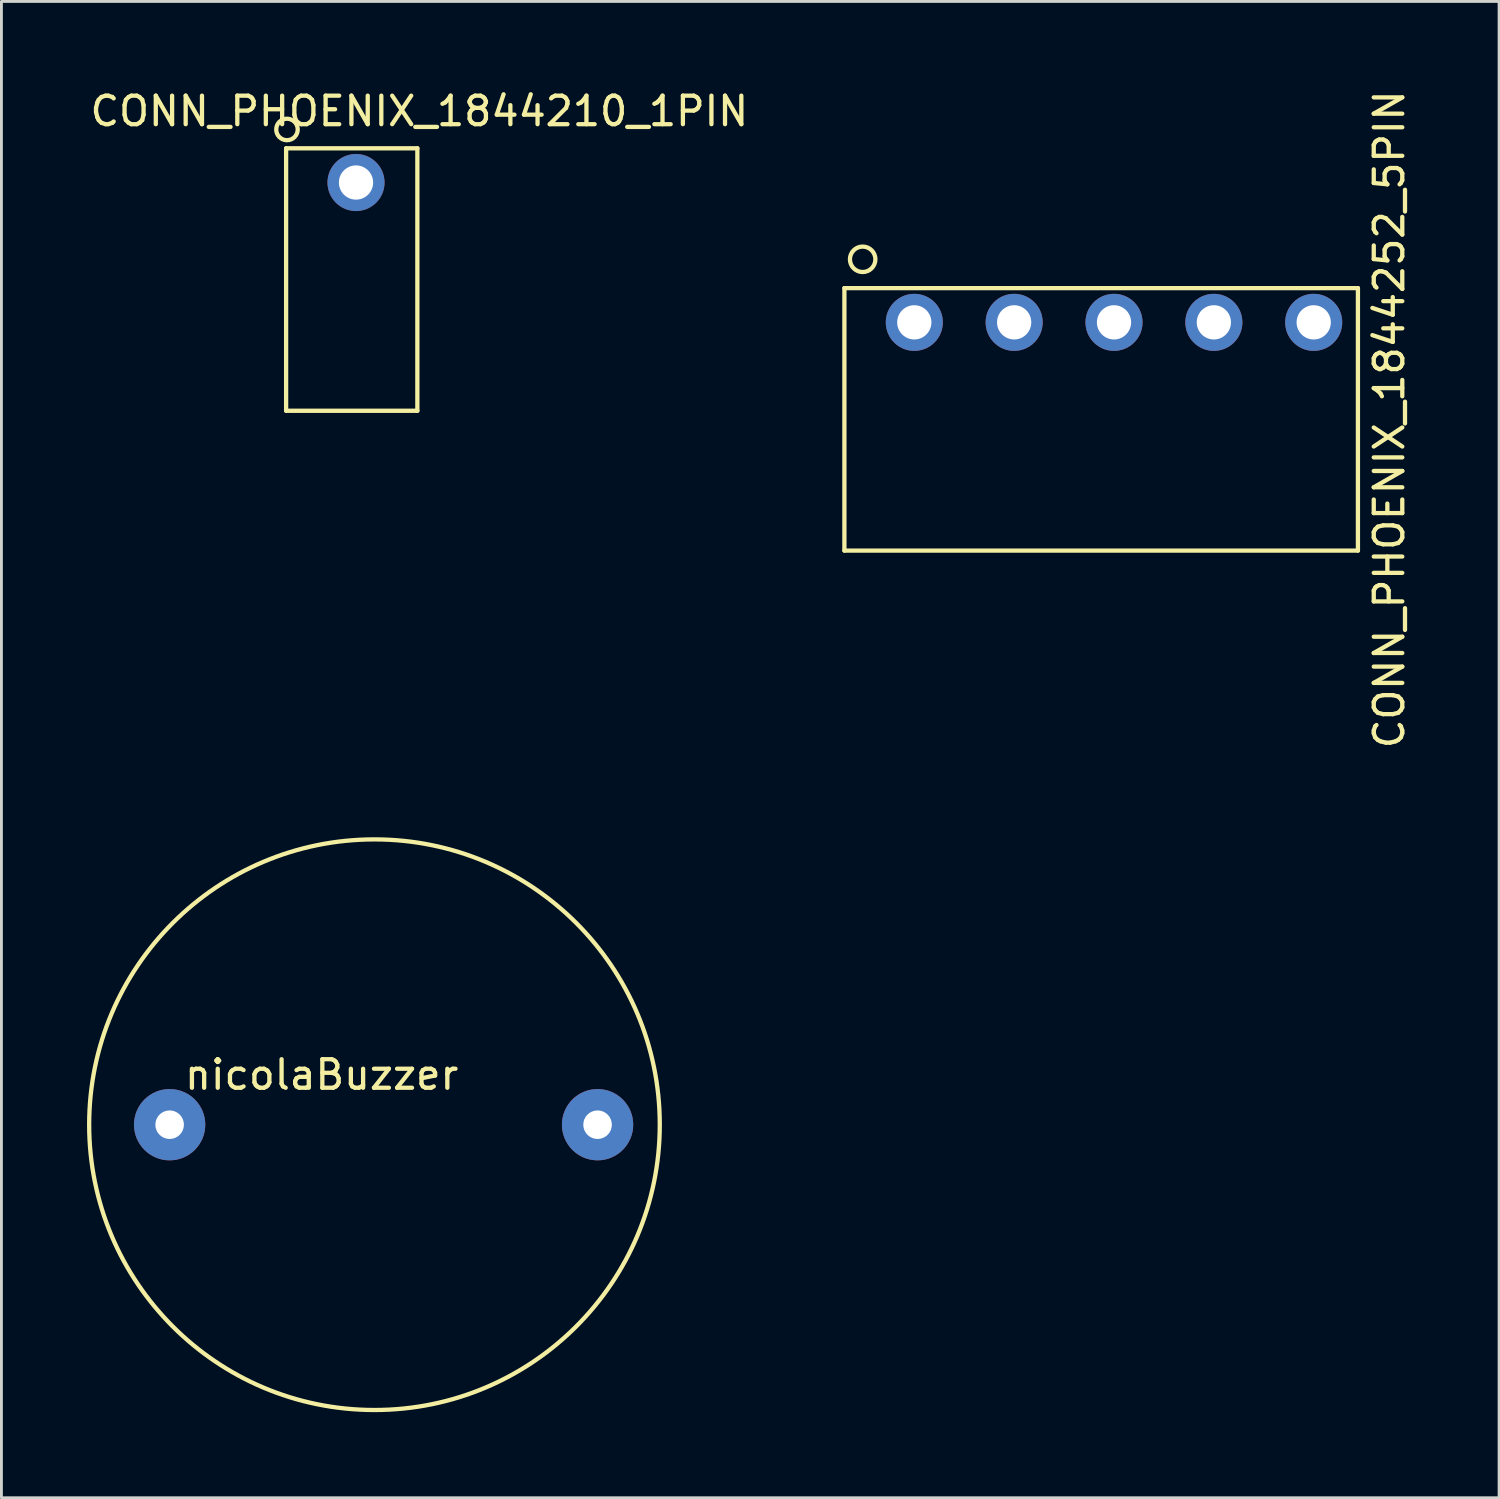
<source format=kicad_pcb>
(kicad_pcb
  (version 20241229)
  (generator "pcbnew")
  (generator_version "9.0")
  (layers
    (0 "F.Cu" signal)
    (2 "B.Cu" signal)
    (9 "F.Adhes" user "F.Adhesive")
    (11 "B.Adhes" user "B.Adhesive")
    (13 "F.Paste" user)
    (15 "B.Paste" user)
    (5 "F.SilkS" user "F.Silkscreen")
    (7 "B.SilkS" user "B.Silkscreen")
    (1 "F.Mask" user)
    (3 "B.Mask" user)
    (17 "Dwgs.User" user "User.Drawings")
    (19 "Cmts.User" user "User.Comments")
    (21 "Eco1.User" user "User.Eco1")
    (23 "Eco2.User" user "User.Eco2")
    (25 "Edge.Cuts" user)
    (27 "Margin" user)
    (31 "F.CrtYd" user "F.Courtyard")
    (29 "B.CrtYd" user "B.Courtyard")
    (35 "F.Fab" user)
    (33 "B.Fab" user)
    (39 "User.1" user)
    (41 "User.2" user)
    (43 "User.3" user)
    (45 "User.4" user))
  (footprint "CONN_PHOENIX_1844210_1PIN"
    (layer "F.Cu")
    (at 6.979 11.348)
    (property "Reference" "CONN_PHOENIX_1844210_1PIN" (at 4.67 -10.5 0) (layer "F.SilkS") (effects (font (size 1 1) (thickness 0.15))))
    (attr through_hole)
    (fp_line (start 0 -9.2) (end 4.6 -9.2) (stroke (width 0.15) (type solid)) (layer "F.SilkS"))
    (fp_line (start 0 0) (end 0 -9.2) (stroke (width 0.15) (type solid)) (layer "F.SilkS"))
    (fp_line (start 0 0) (end 4.6 0) (stroke (width 0.15) (type solid)) (layer "F.SilkS"))
    (fp_line (start 4.6 0) (end 4.6 -9.2) (stroke (width 0.15) (type solid)) (layer "F.SilkS"))
    (fp_circle (center 0.03 -9.86) (end 0.4 -9.79) (stroke (width 0.15) (type solid)) (fill no) (layer "F.SilkS"))
    (pad "1" thru_hole circle (at 2.45 -8) (size 2 2) (drill 1.2) (layers "*.Cu" "*.Mask")))
  (footprint "nicolaBuzzer"
    (layer "F.Cu")
    (at 7.976 36.373)
    (property "Reference" "nicolaBuzzer" (at 0.249 -1.75 0) (layer "F.SilkS") (effects (font (size 1 1) (thickness 0.15))))
    (attr through_hole)
    (fp_circle (center 2.1 0) (end 12.1 -0.1) (stroke (width 0.15) (type solid)) (fill no) (layer "F.SilkS"))
    (pad "1" thru_hole circle (at -5.08 0) (size 2.499 2.499) (drill 1.001) (layers "*.Cu" "*.Mask"))
    (pad "2" thru_hole circle (at 9.92 0) (size 2.499 2.499) (drill 1.001) (layers "*.Cu" "*.Mask")))
  (footprint "CONN_PHOENIX_1844252_5PIN"
    (layer "F.Cu")
    (at 26.548 16.249)
    (property "Reference" "CONN_PHOENIX_1844252_5PIN" (at 19.1 -4.6 90) (layer "F.SilkS") (effects (font (size 1 1) (thickness 0.15))))
    (attr through_hole)
    (fp_line (start 0 -9.2) (end 18 -9.2) (stroke (width 0.15) (type solid)) (layer "F.SilkS"))
    (fp_line (start 0 0) (end 0 -9.2) (stroke (width 0.15) (type solid)) (layer "F.SilkS"))
    (fp_line (start 0 0) (end 18 0) (stroke (width 0.15) (type solid)) (layer "F.SilkS"))
    (fp_line (start 18 0) (end 18 -9.2) (stroke (width 0.15) (type solid)) (layer "F.SilkS"))
    (fp_circle (center 0.64 -10.21) (end 0.94 -9.88) (stroke (width 0.15) (type solid)) (fill no) (layer "F.SilkS"))
    (pad "1" thru_hole circle (at 2.45 -8) (size 2 2) (drill 1.2) (layers "*.Cu" "*.Mask"))
    (pad "2" thru_hole circle (at 5.95 -8) (size 2 2) (drill 1.2) (layers "*.Cu" "*.Mask"))
    (pad "3" thru_hole circle (at 9.45 -8) (size 2 2) (drill 1.2) (layers "*.Cu" "*.Mask"))
    (pad "4" thru_hole circle (at 12.95 -8) (size 2 2) (drill 1.2) (layers "*.Cu" "*.Mask"))
    (pad "5" thru_hole circle (at 16.45 -8) (size 2 2) (drill 1.2) (layers "*.Cu" "*.Mask")))
  (gr_rect
    (start -3 -3)
    (end 49.496 49.449)
    (stroke (width 0.1) (type default))
    (fill no)
    (layer "Edge.Cuts")))
</source>
